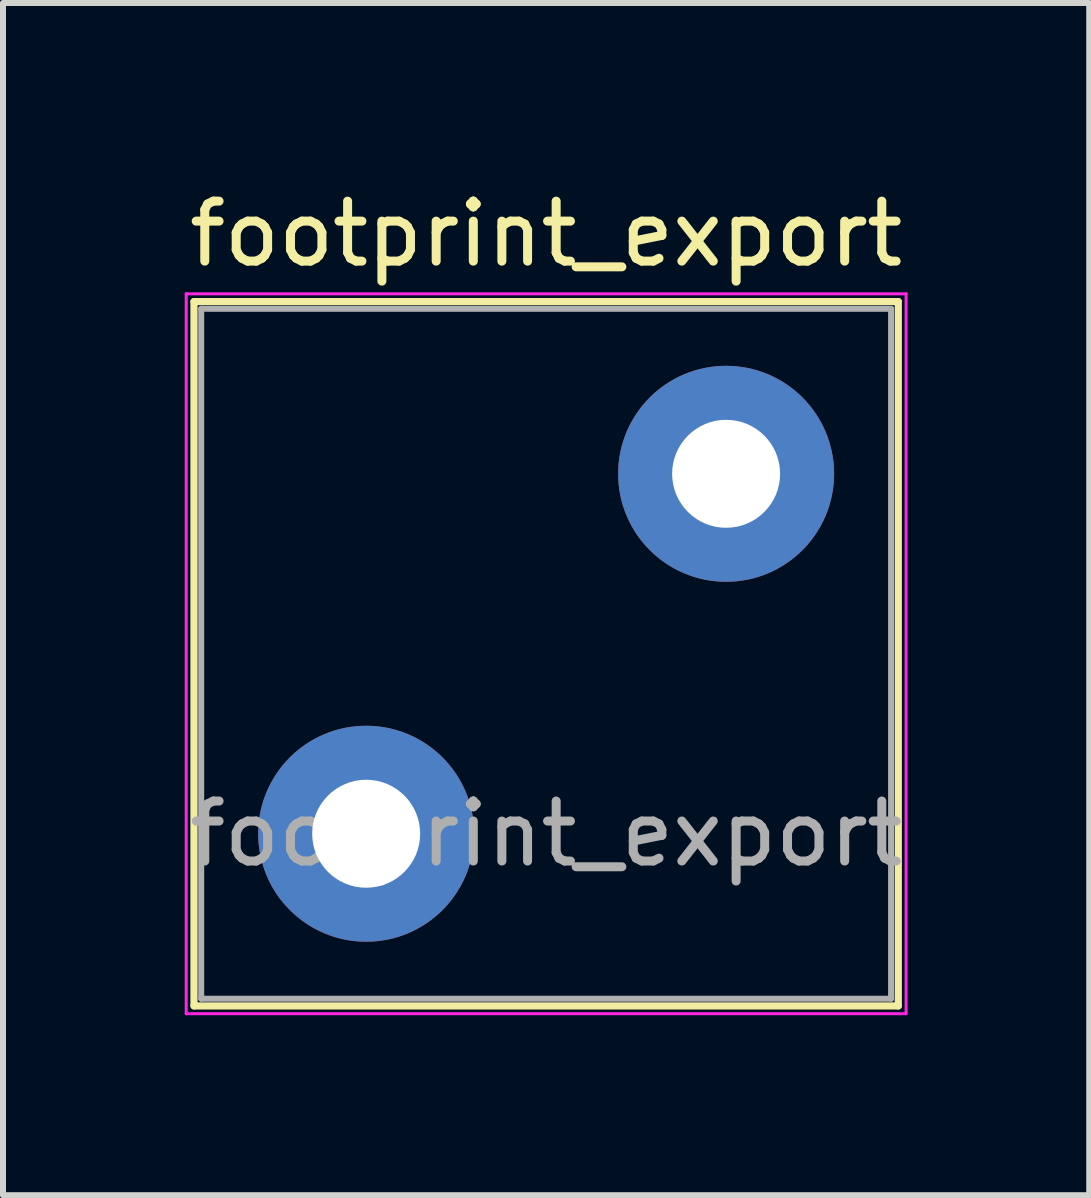
<source format=kicad_pcb>
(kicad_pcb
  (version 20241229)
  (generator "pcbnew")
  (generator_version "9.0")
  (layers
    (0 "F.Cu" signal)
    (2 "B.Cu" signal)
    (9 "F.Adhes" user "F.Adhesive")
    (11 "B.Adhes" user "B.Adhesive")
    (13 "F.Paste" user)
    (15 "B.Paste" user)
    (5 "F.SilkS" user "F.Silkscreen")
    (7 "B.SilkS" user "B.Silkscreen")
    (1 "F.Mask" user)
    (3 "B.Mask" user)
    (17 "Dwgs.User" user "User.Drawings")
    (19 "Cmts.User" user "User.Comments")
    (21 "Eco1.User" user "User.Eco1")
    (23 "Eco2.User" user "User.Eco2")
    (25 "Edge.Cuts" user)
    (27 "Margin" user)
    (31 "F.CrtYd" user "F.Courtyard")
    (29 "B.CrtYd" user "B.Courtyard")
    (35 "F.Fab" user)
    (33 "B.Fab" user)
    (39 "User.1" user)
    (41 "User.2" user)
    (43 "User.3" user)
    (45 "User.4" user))
  (footprint "footprint_export"
    (layer "F.Cu")
    (at 3.054 10.848)
    (property "Reference" "footprint_export" (at 3 -10 0) (layer "F.SilkS") (effects (font (size 1 1) (thickness 0.15))))
    (attr through_hole)
    (fp_line (start -2.87 -8.87) (end -2.87 2.87) (stroke (width 0.12) (type solid)) (layer "F.SilkS"))
    (fp_line (start -2.87 -8.87) (end 8.87 -8.87) (stroke (width 0.12) (type solid)) (layer "F.SilkS"))
    (fp_line (start -2.87 2.87) (end 8.87 2.87) (stroke (width 0.12) (type solid)) (layer "F.SilkS"))
    (fp_line (start 8.87 -8.87) (end 8.87 2.87) (stroke (width 0.12) (type solid)) (layer "F.SilkS"))
    (fp_line (start -3 -9) (end -3 3) (stroke (width 0.05) (type solid)) (layer "F.CrtYd"))
    (fp_line (start -3 3) (end 9 3) (stroke (width 0.05) (type solid)) (layer "F.CrtYd"))
    (fp_line (start 9 -9) (end -3 -9) (stroke (width 0.05) (type solid)) (layer "F.CrtYd"))
    (fp_line (start 9 3) (end 9 -9) (stroke (width 0.05) (type solid)) (layer "F.CrtYd"))
    (fp_line (start -2.75 -8.75) (end -2.75 2.75) (stroke (width 0.1) (type solid)) (layer "F.Fab"))
    (fp_line (start -2.75 2.75) (end 8.75 2.75) (stroke (width 0.1) (type solid)) (layer "F.Fab"))
    (fp_line (start 8.75 -8.75) (end -2.75 -8.75) (stroke (width 0.1) (type solid)) (layer "F.Fab"))
    (fp_line (start 8.75 2.75) (end 8.75 -8.75) (stroke (width 0.1) (type solid)) (layer "F.Fab"))
    (fp_text user "${REFERENCE}" (at 3 0 0) (layer "F.Fab") (effects (font (size 1 1) (thickness 0.15))))
    (pad "1" thru_hole circle (at 0 0) (size 3.6 3.6) (drill 1.8) (layers "*.Cu" "*.Mask"))
    (pad "2" thru_hole circle (at 6 -6) (size 3.6 3.6) (drill 1.8) (layers "*.Cu" "*.Mask")))
  (gr_rect
    (start -3 -3)
    (end 15.107 16.873)
    (stroke (width 0.1) (type default))
    (fill no)
    (layer "Edge.Cuts")))
</source>
